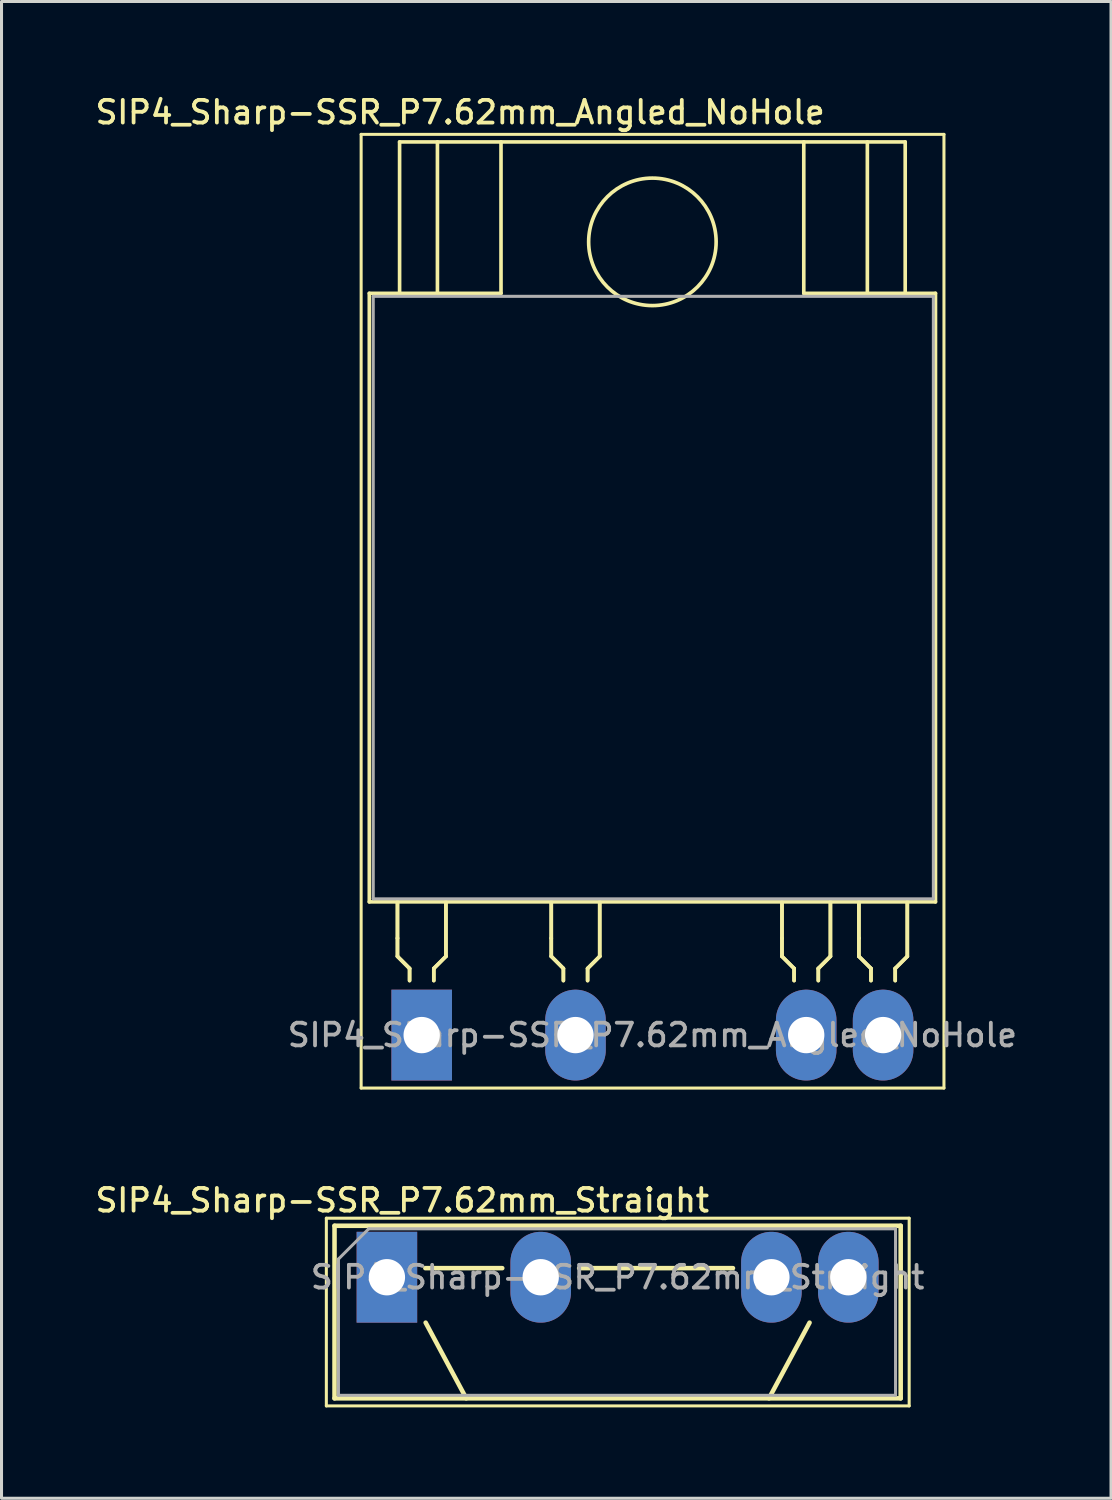
<source format=kicad_pcb>
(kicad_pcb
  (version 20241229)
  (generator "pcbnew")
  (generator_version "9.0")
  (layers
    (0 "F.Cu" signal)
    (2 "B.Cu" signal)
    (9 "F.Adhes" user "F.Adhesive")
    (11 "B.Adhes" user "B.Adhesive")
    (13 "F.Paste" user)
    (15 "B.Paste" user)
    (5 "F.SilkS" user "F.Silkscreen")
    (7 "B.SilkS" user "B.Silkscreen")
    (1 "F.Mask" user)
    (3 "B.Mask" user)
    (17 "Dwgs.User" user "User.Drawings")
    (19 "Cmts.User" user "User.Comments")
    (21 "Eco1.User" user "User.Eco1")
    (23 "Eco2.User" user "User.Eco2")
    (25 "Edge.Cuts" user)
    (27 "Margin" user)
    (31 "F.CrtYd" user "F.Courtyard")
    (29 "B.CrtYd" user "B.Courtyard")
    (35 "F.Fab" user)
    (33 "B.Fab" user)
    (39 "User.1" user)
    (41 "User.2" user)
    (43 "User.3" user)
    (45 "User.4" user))
  (footprint "SIP4_Sharp-SSR_P7.62mm_Straight"
    (layer "F.Cu")
    (at 9.729 39.136)
    (property "Reference" "SIP4_Sharp-SSR_P7.62mm_Straight" (at 0.508 -2.54 0) (layer "F.SilkS") (effects (font (size 0.75 0.75) (thickness 0.125))))
    (attr through_hole)
    (fp_line (start -2 -1.95) (end 17.25 -1.95) (stroke (width 0.1) (type solid)) (layer "F.SilkS"))
    (fp_line (start -2 4.25) (end -2 -1.95) (stroke (width 0.1) (type solid)) (layer "F.SilkS"))
    (fp_line (start -1.73 -1.7) (end 16.97 -1.7) (stroke (width 0.15) (type solid)) (layer "F.SilkS"))
    (fp_line (start -1.73 4) (end -1.73 -1.7) (stroke (width 0.15) (type solid)) (layer "F.SilkS"))
    (fp_line (start 1.27 -0.3) (end 3.81 -0.3) (stroke (width 0.15) (type solid)) (layer "F.SilkS"))
    (fp_line (start 2.62 4) (end 1.28 1.5) (stroke (width 0.15) (type solid)) (layer "F.SilkS"))
    (fp_line (start 6.35 -0.3) (end 11.43 -0.3) (stroke (width 0.15) (type solid)) (layer "F.SilkS"))
    (fp_line (start 12.62 4) (end 13.96 1.5) (stroke (width 0.15) (type solid)) (layer "F.SilkS"))
    (fp_line (start 16.97 -1.7) (end 16.97 4) (stroke (width 0.15) (type solid)) (layer "F.SilkS"))
    (fp_line (start 16.97 4) (end -1.73 4) (stroke (width 0.15) (type solid)) (layer "F.SilkS"))
    (fp_line (start 17.25 -1.95) (end 17.25 4.25) (stroke (width 0.1) (type solid)) (layer "F.SilkS"))
    (fp_line (start 17.25 4.25) (end -2 4.25) (stroke (width 0.1) (type solid)) (layer "F.SilkS"))
    (fp_line (start -1.6 -0.6) (end -1.6 3.9) (stroke (width 0.1) (type solid)) (layer "F.Fab"))
    (fp_line (start -1.6 3.9) (end 16.8 3.9) (stroke (width 0.1) (type solid)) (layer "F.Fab"))
    (fp_line (start -0.6 -1.6) (end -1.6 -0.6) (stroke (width 0.1) (type solid)) (layer "F.Fab"))
    (fp_line (start 16.8 -1.6) (end -0.6 -1.6) (stroke (width 0.1) (type solid)) (layer "F.Fab"))
    (fp_line (start 16.8 3.9) (end 16.8 -1.6) (stroke (width 0.1) (type solid)) (layer "F.Fab"))
    (fp_text user "${REFERENCE}" (at 7.62 0 0) (layer "F.Fab") (effects (font (size 0.75 0.75) (thickness 0.125))))
    (pad "1" thru_hole rect (at 0 0) (size 2 3) (drill 1.2) (layers "*.Cu" "*.Mask"))
    (pad "2" thru_hole oval (at 5.08 0) (size 2 3) (drill 1.2) (layers "*.Cu" "*.Mask"))
    (pad "3" thru_hole oval (at 12.7 0) (size 2 3) (drill 1.2) (layers "*.Cu" "*.Mask"))
    (pad "4" thru_hole oval (at 15.24 0) (size 2 3) (drill 1.2) (layers "*.Cu" "*.Mask")))
  (footprint "SIP4_Sharp-SSR_P7.62mm_Angled_NoHole"
    (layer "F.Cu")
    (at 10.878 31.138)
    (property "Reference" "SIP4_Sharp-SSR_P7.62mm_Angled_NoHole" (at 1.27 -30.48 0) (layer "F.SilkS") (effects (font (size 0.75 0.75) (thickness 0.125))))
    (attr through_hole)
    (fp_line (start -2 -29.75) (end 17.25 -29.75) (stroke (width 0.1) (type solid)) (layer "F.SilkS"))
    (fp_line (start -2 1.75) (end -2 -29.75) (stroke (width 0.1) (type solid)) (layer "F.SilkS"))
    (fp_line (start -1.73 -24.5) (end 2.62 -24.5) (stroke (width 0.12) (type solid)) (layer "F.SilkS"))
    (fp_line (start -1.73 -4.4) (end -1.73 -24.5) (stroke (width 0.12) (type solid)) (layer "F.SilkS"))
    (fp_line (start -0.8 -3.2) (end -0.8 -4.4) (stroke (width 0.12) (type solid)) (layer "F.SilkS"))
    (fp_line (start -0.8 -3.2) (end -0.8 -4.4) (stroke (width 0.12) (type solid)) (layer "F.SilkS"))
    (fp_line (start -0.8 -2.6) (end -0.8 -3.2) (stroke (width 0.12) (type solid)) (layer "F.SilkS"))
    (fp_line (start -0.8 -2.6) (end -0.8 -3.2) (stroke (width 0.12) (type solid)) (layer "F.SilkS"))
    (fp_line (start -0.73 -29.5) (end 15.97 -29.5) (stroke (width 0.12) (type solid)) (layer "F.SilkS"))
    (fp_line (start -0.73 -24.5) (end -0.73 -29.5) (stroke (width 0.12) (type solid)) (layer "F.SilkS"))
    (fp_line (start -0.4 -2.2) (end -0.8 -2.6) (stroke (width 0.12) (type solid)) (layer "F.SilkS"))
    (fp_line (start -0.4 -2.2) (end -0.8 -2.6) (stroke (width 0.12) (type solid)) (layer "F.SilkS"))
    (fp_line (start -0.4 -2.2) (end -0.4 -1.8) (stroke (width 0.12) (type solid)) (layer "F.SilkS"))
    (fp_line (start -0.4 -2.2) (end -0.4 -1.8) (stroke (width 0.12) (type solid)) (layer "F.SilkS"))
    (fp_line (start 0.4 -2.2) (end 0.8 -2.6) (stroke (width 0.12) (type solid)) (layer "F.SilkS"))
    (fp_line (start 0.4 -2.2) (end 0.8 -2.6) (stroke (width 0.12) (type solid)) (layer "F.SilkS"))
    (fp_line (start 0.4 -1.8) (end 0.4 -2.2) (stroke (width 0.12) (type solid)) (layer "F.SilkS"))
    (fp_line (start 0.4 -1.8) (end 0.4 -2.2) (stroke (width 0.12) (type solid)) (layer "F.SilkS"))
    (fp_line (start 0.52 -24.5) (end 0.52 -29.5) (stroke (width 0.12) (type solid)) (layer "F.SilkS"))
    (fp_line (start 0.8 -2.6) (end 0.8 -4.4) (stroke (width 0.12) (type solid)) (layer "F.SilkS"))
    (fp_line (start 0.8 -2.6) (end 0.8 -4.4) (stroke (width 0.12) (type solid)) (layer "F.SilkS"))
    (fp_line (start 2.62 -29.5) (end 2.62 -24.5) (stroke (width 0.12) (type solid)) (layer "F.SilkS"))
    (fp_line (start 4.28 -3.2) (end 4.28 -4.4) (stroke (width 0.12) (type solid)) (layer "F.SilkS"))
    (fp_line (start 4.28 -3.2) (end 4.28 -4.4) (stroke (width 0.12) (type solid)) (layer "F.SilkS"))
    (fp_line (start 4.28 -2.6) (end 4.28 -3.2) (stroke (width 0.12) (type solid)) (layer "F.SilkS"))
    (fp_line (start 4.28 -2.6) (end 4.28 -3.2) (stroke (width 0.12) (type solid)) (layer "F.SilkS"))
    (fp_line (start 4.68 -2.2) (end 4.28 -2.6) (stroke (width 0.12) (type solid)) (layer "F.SilkS"))
    (fp_line (start 4.68 -2.2) (end 4.28 -2.6) (stroke (width 0.12) (type solid)) (layer "F.SilkS"))
    (fp_line (start 4.68 -2.2) (end 4.68 -1.8) (stroke (width 0.12) (type solid)) (layer "F.SilkS"))
    (fp_line (start 4.68 -2.2) (end 4.68 -1.8) (stroke (width 0.12) (type solid)) (layer "F.SilkS"))
    (fp_line (start 5.48 -2.2) (end 5.88 -2.6) (stroke (width 0.12) (type solid)) (layer "F.SilkS"))
    (fp_line (start 5.48 -2.2) (end 5.88 -2.6) (stroke (width 0.12) (type solid)) (layer "F.SilkS"))
    (fp_line (start 5.48 -1.8) (end 5.48 -2.2) (stroke (width 0.12) (type solid)) (layer "F.SilkS"))
    (fp_line (start 5.48 -1.8) (end 5.48 -2.2) (stroke (width 0.12) (type solid)) (layer "F.SilkS"))
    (fp_line (start 5.88 -2.6) (end 5.88 -4.4) (stroke (width 0.12) (type solid)) (layer "F.SilkS"))
    (fp_line (start 5.88 -2.6) (end 5.88 -4.4) (stroke (width 0.12) (type solid)) (layer "F.SilkS"))
    (fp_line (start 11.9 -3.2) (end 11.9 -4.4) (stroke (width 0.12) (type solid)) (layer "F.SilkS"))
    (fp_line (start 11.9 -3.2) (end 11.9 -4.4) (stroke (width 0.12) (type solid)) (layer "F.SilkS"))
    (fp_line (start 11.9 -2.6) (end 11.9 -3.2) (stroke (width 0.12) (type solid)) (layer "F.SilkS"))
    (fp_line (start 11.9 -2.6) (end 11.9 -3.2) (stroke (width 0.12) (type solid)) (layer "F.SilkS"))
    (fp_line (start 12.3 -2.2) (end 11.9 -2.6) (stroke (width 0.12) (type solid)) (layer "F.SilkS"))
    (fp_line (start 12.3 -2.2) (end 11.9 -2.6) (stroke (width 0.12) (type solid)) (layer "F.SilkS"))
    (fp_line (start 12.3 -2.2) (end 12.3 -1.8) (stroke (width 0.12) (type solid)) (layer "F.SilkS"))
    (fp_line (start 12.3 -2.2) (end 12.3 -1.8) (stroke (width 0.12) (type solid)) (layer "F.SilkS"))
    (fp_line (start 12.62 -29.5) (end 12.62 -24.5) (stroke (width 0.12) (type solid)) (layer "F.SilkS"))
    (fp_line (start 12.62 -24.5) (end 16.97 -24.5) (stroke (width 0.12) (type solid)) (layer "F.SilkS"))
    (fp_line (start 13.1 -2.2) (end 13.5 -2.6) (stroke (width 0.12) (type solid)) (layer "F.SilkS"))
    (fp_line (start 13.1 -2.2) (end 13.5 -2.6) (stroke (width 0.12) (type solid)) (layer "F.SilkS"))
    (fp_line (start 13.1 -1.8) (end 13.1 -2.2) (stroke (width 0.12) (type solid)) (layer "F.SilkS"))
    (fp_line (start 13.1 -1.8) (end 13.1 -2.2) (stroke (width 0.12) (type solid)) (layer "F.SilkS"))
    (fp_line (start 13.5 -2.6) (end 13.5 -4.4) (stroke (width 0.12) (type solid)) (layer "F.SilkS"))
    (fp_line (start 13.5 -2.6) (end 13.5 -4.4) (stroke (width 0.12) (type solid)) (layer "F.SilkS"))
    (fp_line (start 14.44 -3.2) (end 14.44 -4.4) (stroke (width 0.12) (type solid)) (layer "F.SilkS"))
    (fp_line (start 14.44 -3.2) (end 14.44 -4.4) (stroke (width 0.12) (type solid)) (layer "F.SilkS"))
    (fp_line (start 14.44 -2.6) (end 14.44 -3.2) (stroke (width 0.12) (type solid)) (layer "F.SilkS"))
    (fp_line (start 14.44 -2.6) (end 14.44 -3.2) (stroke (width 0.12) (type solid)) (layer "F.SilkS"))
    (fp_line (start 14.72 -24.5) (end 14.72 -29.5) (stroke (width 0.12) (type solid)) (layer "F.SilkS"))
    (fp_line (start 14.84 -2.2) (end 14.44 -2.6) (stroke (width 0.12) (type solid)) (layer "F.SilkS"))
    (fp_line (start 14.84 -2.2) (end 14.44 -2.6) (stroke (width 0.12) (type solid)) (layer "F.SilkS"))
    (fp_line (start 14.84 -2.2) (end 14.84 -1.8) (stroke (width 0.12) (type solid)) (layer "F.SilkS"))
    (fp_line (start 14.84 -2.2) (end 14.84 -1.8) (stroke (width 0.12) (type solid)) (layer "F.SilkS"))
    (fp_line (start 15.64 -2.2) (end 16.04 -2.6) (stroke (width 0.12) (type solid)) (layer "F.SilkS"))
    (fp_line (start 15.64 -2.2) (end 16.04 -2.6) (stroke (width 0.12) (type solid)) (layer "F.SilkS"))
    (fp_line (start 15.64 -1.8) (end 15.64 -2.2) (stroke (width 0.12) (type solid)) (layer "F.SilkS"))
    (fp_line (start 15.64 -1.8) (end 15.64 -2.2) (stroke (width 0.12) (type solid)) (layer "F.SilkS"))
    (fp_line (start 15.97 -24.5) (end 15.97 -29.5) (stroke (width 0.12) (type solid)) (layer "F.SilkS"))
    (fp_line (start 16.04 -2.6) (end 16.04 -4.4) (stroke (width 0.12) (type solid)) (layer "F.SilkS"))
    (fp_line (start 16.04 -2.6) (end 16.04 -4.4) (stroke (width 0.12) (type solid)) (layer "F.SilkS"))
    (fp_line (start 16.97 -24.5) (end 16.97 -4.4) (stroke (width 0.12) (type solid)) (layer "F.SilkS"))
    (fp_line (start 16.97 -4.4) (end -1.73 -4.4) (stroke (width 0.12) (type solid)) (layer "F.SilkS"))
    (fp_line (start 17.25 -29.75) (end 17.25 1.75) (stroke (width 0.1) (type solid)) (layer "F.SilkS"))
    (fp_line (start 17.25 1.75) (end -2 1.75) (stroke (width 0.1) (type solid)) (layer "F.SilkS"))
    (fp_circle (center 7.62 -26.2) (end 9.35 -27.4) (stroke (width 0.12) (type solid)) (fill no) (layer "F.SilkS"))
    (fp_line (start -1.6 -24.4) (end 16.9 -24.4) (stroke (width 0.1) (type solid)) (layer "F.Fab"))
    (fp_line (start -1.6 -4.5) (end -1.6 -24.4) (stroke (width 0.1) (type solid)) (layer "F.Fab"))
    (fp_line (start 16.9 -24.4) (end 16.9 -4.5) (stroke (width 0.1) (type solid)) (layer "F.Fab"))
    (fp_line (start 16.9 -4.5) (end -1.6 -4.5) (stroke (width 0.1) (type solid)) (layer "F.Fab"))
    (fp_text user "${REFERENCE}" (at 7.62 0 0) (layer "F.Fab") (effects (font (size 0.75 0.75) (thickness 0.125))))
    (pad "1" thru_hole rect (at 0 0) (size 2 3) (drill 1.2) (layers "*.Cu" "*.Mask"))
    (pad "2" thru_hole oval (at 5.08 0) (size 2 3) (drill 1.2) (layers "*.Cu" "*.Mask"))
    (pad "3" thru_hole oval (at 12.7 0) (size 2 3) (drill 1.2) (layers "*.Cu" "*.Mask"))
    (pad "4" thru_hole oval (at 15.24 0) (size 2 3) (drill 1.2) (layers "*.Cu" "*.Mask")))
  (gr_rect
    (start -3 -3)
    (end 33.646 46.436)
    (stroke (width 0.1) (type default))
    (fill no)
    (layer "Edge.Cuts")))
</source>
